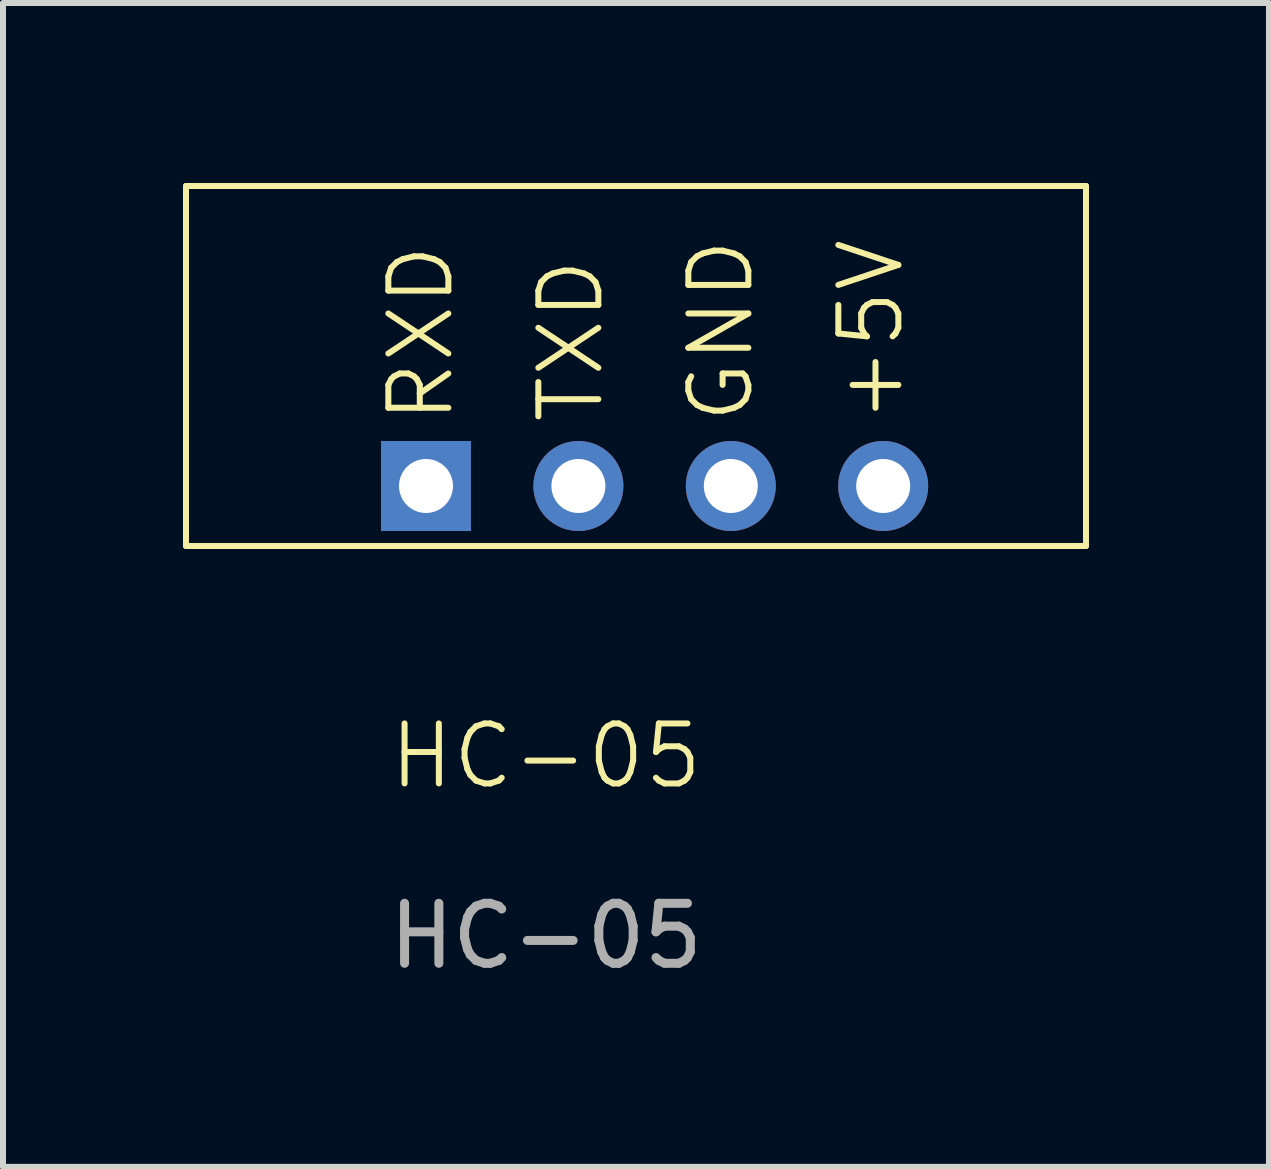
<source format=kicad_pcb>
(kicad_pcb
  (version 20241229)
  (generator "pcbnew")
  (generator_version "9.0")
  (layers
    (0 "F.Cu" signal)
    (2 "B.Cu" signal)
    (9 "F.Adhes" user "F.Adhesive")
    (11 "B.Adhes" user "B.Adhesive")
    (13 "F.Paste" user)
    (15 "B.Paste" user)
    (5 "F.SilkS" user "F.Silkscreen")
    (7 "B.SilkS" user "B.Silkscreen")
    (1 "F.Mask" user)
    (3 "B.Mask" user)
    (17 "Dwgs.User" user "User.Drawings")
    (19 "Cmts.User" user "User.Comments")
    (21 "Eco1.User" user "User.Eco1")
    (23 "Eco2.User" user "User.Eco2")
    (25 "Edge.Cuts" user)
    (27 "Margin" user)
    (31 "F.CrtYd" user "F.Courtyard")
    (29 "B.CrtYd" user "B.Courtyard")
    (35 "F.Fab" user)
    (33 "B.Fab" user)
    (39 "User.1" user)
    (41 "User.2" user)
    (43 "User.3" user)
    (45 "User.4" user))
  (footprint "HC-05"
    (layer "F.Cu")
    (at 6.05 10.05)
    (property "Reference" "HC-05" (at 0 -0.5 0) (unlocked yes) (layer "F.SilkS") (effects (font (size 1 1) (thickness 0.1))))
    (attr through_hole)
    (fp_line (start -6 -10) (end 9 -10) (stroke (width 0.1) (type default)) (layer "F.SilkS"))
    (fp_line (start -6 -4) (end -6 -10) (stroke (width 0.1) (type default)) (layer "F.SilkS"))
    (fp_line (start 9 -10) (end 9 -4) (stroke (width 0.1) (type default)) (layer "F.SilkS"))
    (fp_line (start 9 -4) (end -6 -4) (stroke (width 0.1) (type default)) (layer "F.SilkS"))
    (fp_text user "+5V" (at 6 -6 90) (unlocked yes) (layer "F.SilkS") (effects (font (size 1 1) (thickness 0.1)) (justify left bottom)))
    (fp_text user "TXD" (at 1 -6 90) (unlocked yes) (layer "F.SilkS") (effects (font (size 1 1) (thickness 0.1)) (justify left bottom)))
    (fp_text user "RXD" (at -1.5 -6 90) (unlocked yes) (layer "F.SilkS") (effects (font (size 1 1) (thickness 0.1)) (justify left bottom)))
    (fp_text user "GND" (at 3.5 -6 90) (unlocked yes) (layer "F.SilkS") (effects (font (size 1 1) (thickness 0.1)) (justify left bottom)))
    (fp_text user "${REFERENCE}" (at 0 2.5 0) (unlocked yes) (layer "F.Fab") (effects (font (size 1 1) (thickness 0.15))))
    (pad "1" thru_hole rect (at -2 -5) (size 1.5 1.5) (drill 0.9) (layers "*.Cu" "*.Mask"))
    (pad "2" thru_hole circle (at 0.54 -5) (size 1.5 1.5) (drill 0.9) (layers "*.Cu" "*.Mask"))
    (pad "3" thru_hole circle (at 3.08 -5) (size 1.5 1.5) (drill 0.9) (layers "*.Cu" "*.Mask"))
    (pad "4" thru_hole circle (at 5.62 -5) (size 1.5 1.5) (drill 0.9) (layers "*.Cu" "*.Mask"))
    (zone (net_name "") (layer "F.SilkS") (hatch edge 0.5) (connect_pads) (min_thickness 0.25) (filled_areas_thickness no) (keepout (tracks allowed) (vias allowed) (pads not_allowed) (copperpour allowed) (footprints not_allowed)) (placement (enabled no)) (fill) (polygon (pts (xy 0.05 0.05) (xy 15.05 0.05) (xy 15.05 6.05) (xy 0.05 6.05)))))
  (gr_rect
    (start -3 -3)
    (end 18.1 16.398)
    (stroke (width 0.1) (type default))
    (fill no)
    (layer "Edge.Cuts")))
</source>
